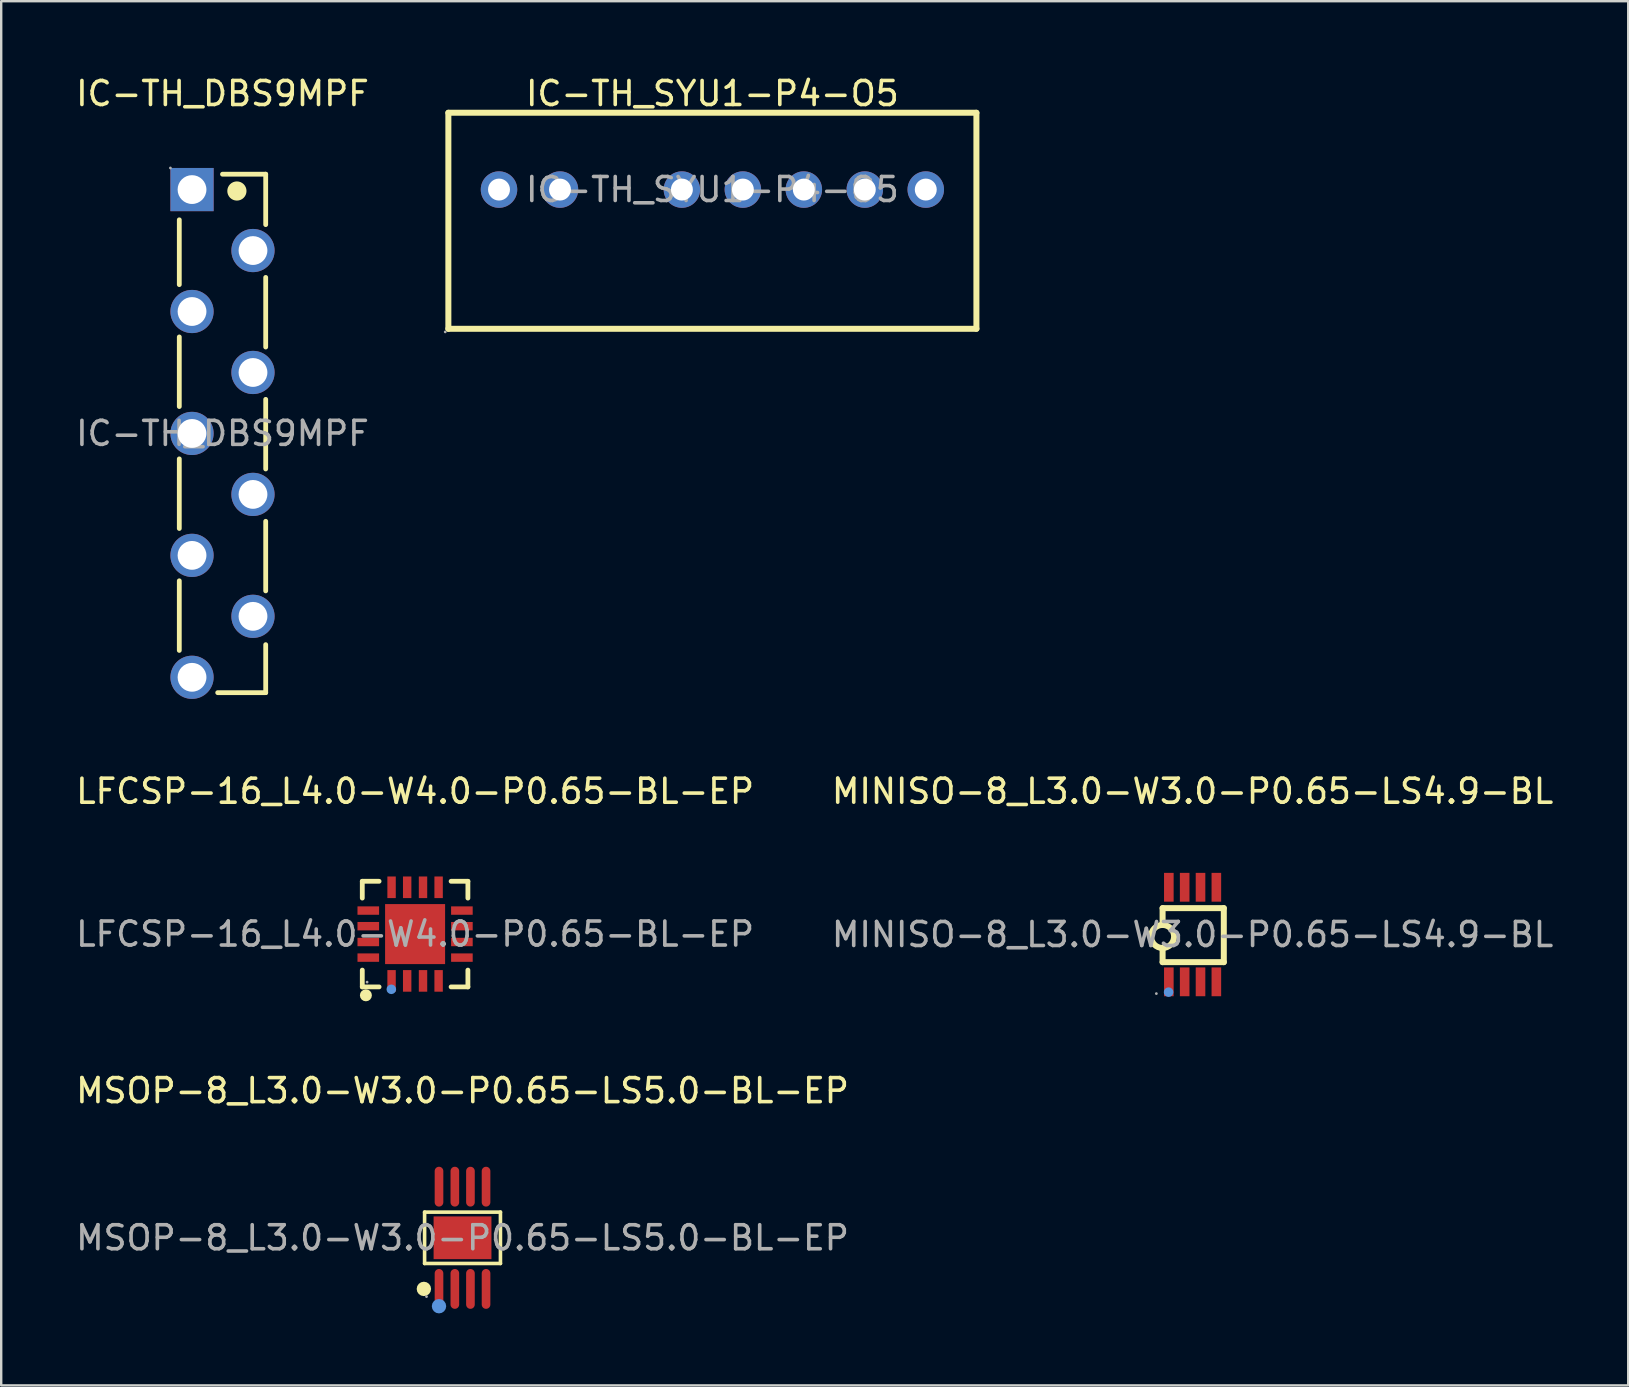
<source format=kicad_pcb>
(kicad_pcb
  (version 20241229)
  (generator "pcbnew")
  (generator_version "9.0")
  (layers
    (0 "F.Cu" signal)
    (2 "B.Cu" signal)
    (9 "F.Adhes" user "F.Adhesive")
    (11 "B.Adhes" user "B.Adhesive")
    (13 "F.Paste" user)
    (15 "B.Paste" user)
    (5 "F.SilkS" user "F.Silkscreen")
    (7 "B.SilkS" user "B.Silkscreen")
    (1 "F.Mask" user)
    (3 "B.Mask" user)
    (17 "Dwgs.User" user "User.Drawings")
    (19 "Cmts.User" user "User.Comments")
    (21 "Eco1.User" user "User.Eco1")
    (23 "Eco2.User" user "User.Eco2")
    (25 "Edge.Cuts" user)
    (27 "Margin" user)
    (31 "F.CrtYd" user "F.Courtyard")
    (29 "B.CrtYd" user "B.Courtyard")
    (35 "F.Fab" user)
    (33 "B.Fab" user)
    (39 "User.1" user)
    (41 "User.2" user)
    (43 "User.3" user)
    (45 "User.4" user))
  (footprint "MINISO-8_L3.0-W3.0-P0.65-LS4.9-BL"
    (layer "F.Cu")
    (at 46.637 35.886)
    (property "Reference" "MINISO-8_L3.0-W3.0-P0.65-LS4.9-BL" (at 0 -5.97 0) (layer "F.SilkS") (effects (font (size 1 1) (thickness 0.15))))
    (attr through_hole)
    (fp_line (start -1.25 -1.1) (end -1.25 -0.4) (stroke (width 0.25) (type solid)) (layer "F.SilkS"))
    (fp_line (start -1.25 1.15) (end -1.25 0.55) (stroke (width 0.25) (type solid)) (layer "F.SilkS"))
    (fp_line (start 1.3 -1.1) (end -1.25 -1.1) (stroke (width 0.25) (type solid)) (layer "F.SilkS"))
    (fp_line (start 1.3 1.15) (end -1.25 1.15) (stroke (width 0.25) (type solid)) (layer "F.SilkS"))
    (fp_line (start 1.3 1.15) (end 1.3 -1.1) (stroke (width 0.25) (type solid)) (layer "F.SilkS"))
    (fp_arc (start -1.241623 -0.399927) (mid -1.254189 0.559982) (end -1.25 -0.4) (stroke (width 0.25) (type solid)) (layer "F.SilkS"))
    (fp_circle (center -1 2.4) (end -0.9 2.4) (stroke (width 0.2) (type solid)) (fill no) (layer "Cmts.User"))
    (fp_circle (center -1.51 2.46) (end -1.48 2.46) (stroke (width 0.06) (type solid)) (fill no) (layer "F.Fab"))
    (fp_text user "${REFERENCE}" (at 0 0 0) (layer "F.Fab") (effects (font (size 1 1) (thickness 0.15))))
    (pad "1" smd rect (at -0.99 1.97 180) (size 0.4 1.2) (layers "F.Cu" "F.Mask" "F.Paste"))
    (pad "2" smd rect (at -0.33 1.97 180) (size 0.4 1.2) (layers "F.Cu" "F.Mask" "F.Paste"))
    (pad "3" smd rect (at 0.33 1.97 180) (size 0.4 1.2) (layers "F.Cu" "F.Mask" "F.Paste"))
    (pad "4" smd rect (at 0.99 1.97 180) (size 0.4 1.2) (layers "F.Cu" "F.Mask" "F.Paste"))
    (pad "5" smd rect (at 0.99 -1.97 180) (size 0.4 1.2) (layers "F.Cu" "F.Mask" "F.Paste"))
    (pad "6" smd rect (at 0.33 -1.97 180) (size 0.4 1.2) (layers "F.Cu" "F.Mask" "F.Paste"))
    (pad "7" smd rect (at -0.33 -1.97 180) (size 0.4 1.2) (layers "F.Cu" "F.Mask" "F.Paste"))
    (pad "8" smd rect (at -0.99 -1.97 180) (size 0.4 1.2) (layers "F.Cu" "F.Mask" "F.Paste")))
  (footprint "IC-TH_SYU1-P4-O5"
    (layer "F.Cu")
    (at 26.63 4.848)
    (property "Reference" "IC-TH_SYU1-P4-O5" (at 0 -4 0) (layer "F.SilkS") (effects (font (size 1 1) (thickness 0.15))))
    (attr through_hole)
    (fp_line (start -11 -3.2) (end 11 -3.2) (stroke (width 0.25) (type solid)) (layer "F.SilkS"))
    (fp_line (start -11 5.8) (end -11 -3.2) (stroke (width 0.25) (type solid)) (layer "F.SilkS"))
    (fp_line (start 11 -3.2) (end 11 5.8) (stroke (width 0.25) (type solid)) (layer "F.SilkS"))
    (fp_line (start 11 5.8) (end -11 5.8) (stroke (width 0.25) (type solid)) (layer "F.SilkS"))
    (fp_circle (center -11.13 5.93) (end -11.1 5.93) (stroke (width 0.06) (type solid)) (fill no) (layer "F.Fab"))
    (fp_circle (center -8.89 0) (end -8.71 0) (stroke (width 0.36) (type solid)) (fill no) (layer "F.Fab"))
    (fp_circle (center -6.35 0) (end -6.17 0) (stroke (width 0.36) (type solid)) (fill no) (layer "F.Fab"))
    (fp_circle (center -1.27 0) (end -1.09 0) (stroke (width 0.36) (type solid)) (fill no) (layer "F.Fab"))
    (fp_circle (center 1.27 0) (end 1.45 0) (stroke (width 0.36) (type solid)) (fill no) (layer "F.Fab"))
    (fp_circle (center 3.81 0) (end 3.99 0) (stroke (width 0.36) (type solid)) (fill no) (layer "F.Fab"))
    (fp_circle (center 6.35 0) (end 6.53 0) (stroke (width 0.36) (type solid)) (fill no) (layer "F.Fab"))
    (fp_circle (center 8.89 0) (end 9.07 0) (stroke (width 0.36) (type solid)) (fill no) (layer "F.Fab"))
    (fp_text user "${REFERENCE}" (at 0 0 0) (layer "F.Fab") (effects (font (size 1 1) (thickness 0.15))))
    (pad "1" thru_hole circle (at -8.89 0) (size 1.52 1.52) (drill 0.914) (layers "*.Cu" "*.Paste" "*.Mask"))
    (pad "2" thru_hole circle (at -6.35 0) (size 1.52 1.52) (drill 0.914) (layers "*.Cu" "*.Paste" "*.Mask"))
    (pad "4" thru_hole circle (at -1.27 0) (size 1.52 1.52) (drill 0.914) (layers "*.Cu" "*.Paste" "*.Mask"))
    (pad "5" thru_hole circle (at 1.27 0) (size 1.52 1.52) (drill 0.914) (layers "*.Cu" "*.Paste" "*.Mask"))
    (pad "6" thru_hole circle (at 3.81 0) (size 1.52 1.52) (drill 0.914) (layers "*.Cu" "*.Paste" "*.Mask"))
    (pad "7" thru_hole circle (at 6.35 0) (size 1.52 1.52) (drill 0.914) (layers "*.Cu" "*.Paste" "*.Mask"))
    (pad "8" thru_hole circle (at 8.89 0) (size 1.52 1.52) (drill 0.914) (layers "*.Cu" "*.Paste" "*.Mask")))
  (footprint "LFCSP-16_L4.0-W4.0-P0.65-BL-EP"
    (layer "F.Cu")
    (at 14.244 35.867)
    (property "Reference" "LFCSP-16_L4.0-W4.0-P0.65-BL-EP" (at 0 -5.95 0) (layer "F.SilkS") (effects (font (size 1 1) (thickness 0.15))))
    (attr through_hole)
    (fp_line (start -2.2 -2.2) (end -1.5 -2.2) (stroke (width 0.2) (type solid)) (layer "F.SilkS"))
    (fp_line (start -2.2 -1.5) (end -2.2 -2.2) (stroke (width 0.2) (type solid)) (layer "F.SilkS"))
    (fp_line (start -2.2 2.2) (end -2.2 1.5) (stroke (width 0.2) (type solid)) (layer "F.SilkS"))
    (fp_line (start -1.5 2.2) (end -2.2 2.2) (stroke (width 0.2) (type solid)) (layer "F.SilkS"))
    (fp_line (start 1.5 2.2) (end 2.2 2.2) (stroke (width 0.2) (type solid)) (layer "F.SilkS"))
    (fp_line (start 2.2 -2.2) (end 1.5 -2.2) (stroke (width 0.2) (type solid)) (layer "F.SilkS"))
    (fp_line (start 2.2 -1.5) (end 2.2 -2.2) (stroke (width 0.2) (type solid)) (layer "F.SilkS"))
    (fp_line (start 2.2 2.2) (end 2.2 1.5) (stroke (width 0.2) (type solid)) (layer "F.SilkS"))
    (fp_arc (start -2.05 2.55) (mid -2.05 2.55) (end -2.05 2.55) (stroke (width 0.25) (type solid)) (layer "F.SilkS"))
    (fp_circle (center -0.99 2.3) (end -0.89 2.3) (stroke (width 0.2) (type solid)) (fill no) (layer "Cmts.User"))
    (fp_circle (center -2 2) (end -1.97 2) (stroke (width 0.06) (type solid)) (fill no) (layer "F.Fab"))
    (fp_text user "${REFERENCE}" (at 0 0 0) (layer "F.Fab") (effects (font (size 1 1) (thickness 0.15))))
    (pad "1" smd rect (at -0.98 1.95 180) (size 0.35 0.9) (layers "F.Cu" "F.Mask" "F.Paste"))
    (pad "2" smd rect (at -0.33 1.95 180) (size 0.35 0.9) (layers "F.Cu" "F.Mask" "F.Paste"))
    (pad "3" smd rect (at 0.33 1.95 180) (size 0.35 0.9) (layers "F.Cu" "F.Mask" "F.Paste"))
    (pad "4" smd rect (at 0.98 1.95 180) (size 0.35 0.9) (layers "F.Cu" "F.Mask" "F.Paste"))
    (pad "5" smd rect (at 1.95 0.98 90) (size 0.35 0.9) (layers "F.Cu" "F.Mask" "F.Paste"))
    (pad "6" smd rect (at 1.95 0.33 90) (size 0.35 0.9) (layers "F.Cu" "F.Mask" "F.Paste"))
    (pad "7" smd rect (at 1.95 -0.33 90) (size 0.35 0.9) (layers "F.Cu" "F.Mask" "F.Paste"))
    (pad "8" smd rect (at 1.95 -0.98 90) (size 0.35 0.9) (layers "F.Cu" "F.Mask" "F.Paste"))
    (pad "9" smd rect (at 0.98 -1.95 180) (size 0.35 0.9) (layers "F.Cu" "F.Mask" "F.Paste"))
    (pad "10" smd rect (at 0.33 -1.95 180) (size 0.35 0.9) (layers "F.Cu" "F.Mask" "F.Paste"))
    (pad "11" smd rect (at -0.33 -1.95 180) (size 0.35 0.9) (layers "F.Cu" "F.Mask" "F.Paste"))
    (pad "12" smd rect (at -0.98 -1.95 180) (size 0.35 0.9) (layers "F.Cu" "F.Mask" "F.Paste"))
    (pad "13" smd rect (at -1.95 -0.98 90) (size 0.35 0.9) (layers "F.Cu" "F.Mask" "F.Paste"))
    (pad "14" smd rect (at -1.95 -0.33 90) (size 0.35 0.9) (layers "F.Cu" "F.Mask" "F.Paste"))
    (pad "15" smd rect (at -1.95 0.33 90) (size 0.35 0.9) (layers "F.Cu" "F.Mask" "F.Paste"))
    (pad "16" smd rect (at -1.95 0.98 90) (size 0.35 0.9) (layers "F.Cu" "F.Mask" "F.Paste"))
    (pad "17" smd rect (at 0 0 90) (size 2.5 2.5) (layers "F.Cu" "F.Mask" "F.Paste")))
  (footprint "MSOP-8_L3.0-W3.0-P0.65-LS5.0-BL-EP"
    (layer "F.Cu")
    (at 16.22 48.52)
    (property "Reference" "MSOP-8_L3.0-W3.0-P0.65-LS5.0-BL-EP" (at 0 -6.13 0) (layer "F.SilkS") (effects (font (size 1 1) (thickness 0.15))))
    (attr through_hole)
    (fp_line (start -1.58 -1.07) (end 1.58 -1.07) (stroke (width 0.15) (type solid)) (layer "F.SilkS"))
    (fp_line (start -1.58 1.07) (end -1.58 -1.07) (stroke (width 0.15) (type solid)) (layer "F.SilkS"))
    (fp_line (start 1.58 -1.07) (end 1.58 1.07) (stroke (width 0.15) (type solid)) (layer "F.SilkS"))
    (fp_line (start 1.58 1.07) (end -1.58 1.07) (stroke (width 0.15) (type solid)) (layer "F.SilkS"))
    (fp_circle (center -1.61 2.13) (end -1.46 2.13) (stroke (width 0.3) (type solid)) (fill no) (layer "F.SilkS"))
    (fp_circle (center -0.98 2.85) (end -0.83 2.85) (stroke (width 0.3) (type solid)) (fill no) (layer "Cmts.User"))
    (fp_circle (center -1.5 2.45) (end -1.47 2.45) (stroke (width 0.06) (type solid)) (fill no) (layer "F.Fab"))
    (fp_text user "${REFERENCE}" (at 0 0 0) (layer "F.Fab") (effects (font (size 1 1) (thickness 0.15))))
    (pad "1" smd oval (at -0.98 2.13) (size 0.36 1.66) (layers "F.Cu" "F.Mask" "F.Paste"))
    (pad "2" smd oval (at -0.32 2.13) (size 0.36 1.66) (layers "F.Cu" "F.Mask" "F.Paste"))
    (pad "3" smd oval (at 0.33 2.13) (size 0.36 1.66) (layers "F.Cu" "F.Mask" "F.Paste"))
    (pad "4" smd oval (at 0.98 2.13) (size 0.36 1.66) (layers "F.Cu" "F.Mask" "F.Paste"))
    (pad "5" smd oval (at 0.98 -2.13) (size 0.36 1.66) (layers "F.Cu" "F.Mask" "F.Paste"))
    (pad "6" smd oval (at 0.33 -2.13) (size 0.36 1.66) (layers "F.Cu" "F.Mask" "F.Paste"))
    (pad "7" smd oval (at -0.32 -2.13) (size 0.36 1.66) (layers "F.Cu" "F.Mask" "F.Paste"))
    (pad "8" smd oval (at -0.98 -2.13) (size 0.36 1.66) (layers "F.Cu" "F.Mask" "F.Paste"))
    (pad "9" smd rect (at 0 0) (size 2.41 1.78) (layers "F.Cu" "F.Mask" "F.Paste")))
  (footprint "IC-TH_DBS9MPF"
    (layer "F.Cu")
    (at 6.22 15.008)
    (property "Reference" "IC-TH_DBS9MPF" (at 0 -14.16 0) (layer "F.SilkS") (effects (font (size 1 1) (thickness 0.15))))
    (attr through_hole)
    (fp_line (start -1.8 -6.2) (end -1.8 -8.9) (stroke (width 0.2) (type solid)) (layer "F.SilkS"))
    (fp_line (start -1.8 -1.12) (end -1.8 -4.02) (stroke (width 0.2) (type solid)) (layer "F.SilkS"))
    (fp_line (start -1.8 3.96) (end -1.8 1.06) (stroke (width 0.2) (type solid)) (layer "F.SilkS"))
    (fp_line (start -1.8 9.04) (end -1.8 6.14) (stroke (width 0.2) (type solid)) (layer "F.SilkS"))
    (fp_line (start -0.2 10.8) (end 1.8 10.8) (stroke (width 0.2) (type solid)) (layer "F.SilkS"))
    (fp_line (start 0 -10.8) (end 1.8 -10.8) (stroke (width 0.2) (type solid)) (layer "F.SilkS"))
    (fp_line (start 1.8 -10.8) (end 1.8 -8.7) (stroke (width 0.2) (type solid)) (layer "F.SilkS"))
    (fp_line (start 1.8 -3.6) (end 1.8 -6.5) (stroke (width 0.2) (type solid)) (layer "F.SilkS"))
    (fp_line (start 1.8 1.48) (end 1.8 -1.42) (stroke (width 0.2) (type solid)) (layer "F.SilkS"))
    (fp_line (start 1.8 6.56) (end 1.8 3.66) (stroke (width 0.2) (type solid)) (layer "F.SilkS"))
    (fp_line (start 1.8 10.8) (end 1.8 8.8) (stroke (width 0.2) (type solid)) (layer "F.SilkS"))
    (fp_arc (start 0.6 -10.1) (mid 0.6 -10.1) (end 0.6 -10.1) (stroke (width 0.4) (type solid)) (layer "F.SilkS"))
    (fp_circle (center -2.17 -11.06) (end -2.14 -11.06) (stroke (width 0.06) (type solid)) (fill no) (layer "F.Fab"))
    (fp_circle (center -1.27 -10.16) (end -1.02 -10.16) (stroke (width 0.5) (type solid)) (fill no) (layer "F.Fab"))
    (fp_circle (center -1.27 -5.08) (end -1.02 -5.08) (stroke (width 0.5) (type solid)) (fill no) (layer "F.Fab"))
    (fp_circle (center -1.27 0) (end -1.02 0) (stroke (width 0.5) (type solid)) (fill no) (layer "F.Fab"))
    (fp_circle (center -1.27 5.08) (end -1.02 5.08) (stroke (width 0.5) (type solid)) (fill no) (layer "F.Fab"))
    (fp_circle (center -1.27 10.16) (end -1.02 10.16) (stroke (width 0.5) (type solid)) (fill no) (layer "F.Fab"))
    (fp_circle (center 1.27 -7.62) (end 1.52 -7.62) (stroke (width 0.5) (type solid)) (fill no) (layer "F.Fab"))
    (fp_circle (center 1.27 -2.54) (end 1.52 -2.54) (stroke (width 0.5) (type solid)) (fill no) (layer "F.Fab"))
    (fp_circle (center 1.27 2.54) (end 1.52 2.54) (stroke (width 0.5) (type solid)) (fill no) (layer "F.Fab"))
    (fp_circle (center 1.27 7.62) (end 1.52 7.62) (stroke (width 0.5) (type solid)) (fill no) (layer "F.Fab"))
    (fp_text user "${REFERENCE}" (at 0 0 0) (layer "F.Fab") (effects (font (size 1 1) (thickness 0.15))))
    (pad "1" thru_hole rect (at -1.27 -10.16 270) (size 1.8 1.8) (drill 1.2) (layers "*.Cu" "*.Paste" "*.Mask"))
    (pad "2" thru_hole circle (at 1.27 -7.62 270) (size 1.8 1.8) (drill 1.2) (layers "*.Cu" "*.Paste" "*.Mask"))
    (pad "3" thru_hole circle (at -1.27 -5.08 270) (size 1.8 1.8) (drill 1.2) (layers "*.Cu" "*.Paste" "*.Mask"))
    (pad "4" thru_hole circle (at 1.27 -2.54 270) (size 1.8 1.8) (drill 1.2) (layers "*.Cu" "*.Paste" "*.Mask"))
    (pad "5" thru_hole circle (at -1.27 0 270) (size 1.8 1.8) (drill 1.2) (layers "*.Cu" "*.Paste" "*.Mask"))
    (pad "6" thru_hole circle (at 1.27 2.54 270) (size 1.8 1.8) (drill 1.2) (layers "*.Cu" "*.Paste" "*.Mask"))
    (pad "7" thru_hole circle (at -1.27 5.08 270) (size 1.8 1.8) (drill 1.2) (layers "*.Cu" "*.Paste" "*.Mask"))
    (pad "8" thru_hole circle (at 1.27 7.62 270) (size 1.8 1.8) (drill 1.2) (layers "*.Cu" "*.Paste" "*.Mask"))
    (pad "9" thru_hole circle (at -1.27 10.16 270) (size 1.8 1.8) (drill 1.2) (layers "*.Cu" "*.Paste" "*.Mask")))
  (gr_rect
    (start -3 -3)
    (end 64.786 54.67)
    (stroke (width 0.1) (type default))
    (fill no)
    (layer "Edge.Cuts")))
</source>
